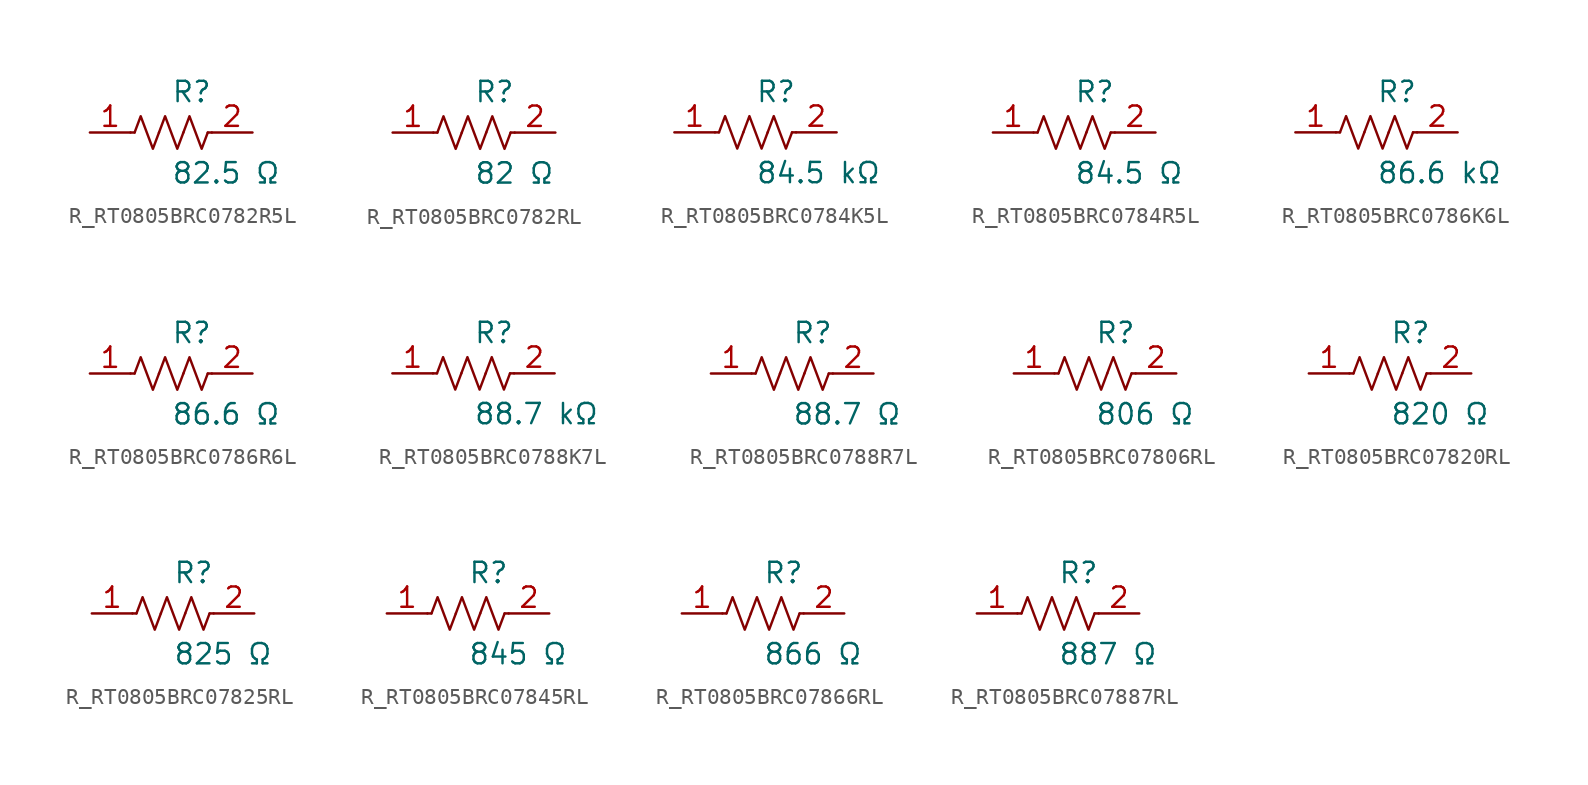
<source format=kicad_sym>
(kicad_symbol_lib
  (version 20231120)
  (generator kicad_symbol_editor)
  (generator_version 8.0)
  (symbol "R_RT0805BRC0782R5L"
    (pin_names
      (offset 0.254))
    (property "Reference" "R"
      (at 0 2.54 0)
      (effects (font (size 1.27 1.27)) (justify left)))
    (property "Value" "82.5 Ω"
      (at 0 -2.54 0)
      (effects (font (size 1.27 1.27)) (justify left)))
    (symbol "R_RT0805BRC0782R5L_0_1"
      (polyline (pts (xy 2.286 0) (xy 2.54 0)) (stroke (width 0) (type default)) (fill (type none)))
      (polyline (pts (xy -2.286 0) (xy -2.54 0)) (stroke (width 0) (type default)) (fill (type none)))
      (polyline (pts (xy 0.762 0) (xy 1.143 1.016) (xy 1.524 0) (xy 1.905 -1.016) (xy 2.286 0)) (stroke (width 0) (type default)) (fill (type none)))
      (polyline (pts (xy -0.762 0) (xy -0.381 1.016) (xy 0 0) (xy 0.381 -1.016) (xy 0.762 0)) (stroke (width 0) (type default)) (fill (type none)))
      (polyline (pts (xy -2.286 0) (xy -1.905 1.016) (xy -1.524 0) (xy -1.143 -1.016) (xy -0.762 0)) (stroke (width 0) (type default)) (fill (type none))))
    (pin unspecified line
      (at -5.08 0 0)
      (length 2.54)
      (name "" (effects (font (size 1.27 1.27))))
      (number "1" (effects (font (size 1.27 1.27)))))
    (pin unspecified line
      (at 5.08 0 180)
      (length 2.54)
      (name "" (effects (font (size 1.27 1.27))))
      (number "2" (effects (font (size 1.27 1.27))))))
  (symbol "R_RT0805BRC0782RL"
    (pin_names
      (offset 0.254))
    (property "Reference" "R"
      (at 0 2.54 0)
      (effects (font (size 1.27 1.27)) (justify left)))
    (property "Value" "82 Ω"
      (at 0 -2.54 0)
      (effects (font (size 1.27 1.27)) (justify left)))
    (symbol "R_RT0805BRC0782RL_0_1"
      (polyline (pts (xy 2.286 0) (xy 2.54 0)) (stroke (width 0) (type default)) (fill (type none)))
      (polyline (pts (xy -2.286 0) (xy -2.54 0)) (stroke (width 0) (type default)) (fill (type none)))
      (polyline (pts (xy 0.762 0) (xy 1.143 1.016) (xy 1.524 0) (xy 1.905 -1.016) (xy 2.286 0)) (stroke (width 0) (type default)) (fill (type none)))
      (polyline (pts (xy -0.762 0) (xy -0.381 1.016) (xy 0 0) (xy 0.381 -1.016) (xy 0.762 0)) (stroke (width 0) (type default)) (fill (type none)))
      (polyline (pts (xy -2.286 0) (xy -1.905 1.016) (xy -1.524 0) (xy -1.143 -1.016) (xy -0.762 0)) (stroke (width 0) (type default)) (fill (type none))))
    (pin unspecified line
      (at -5.08 0 0)
      (length 2.54)
      (name "" (effects (font (size 1.27 1.27))))
      (number "1" (effects (font (size 1.27 1.27)))))
    (pin unspecified line
      (at 5.08 0 180)
      (length 2.54)
      (name "" (effects (font (size 1.27 1.27))))
      (number "2" (effects (font (size 1.27 1.27))))))
  (symbol "R_RT0805BRC0784K5L"
    (pin_names
      (offset 0.254))
    (property "Reference" "R"
      (at 0 2.54 0)
      (effects (font (size 1.27 1.27)) (justify left)))
    (property "Value" "84.5 kΩ"
      (at 0 -2.54 0)
      (effects (font (size 1.27 1.27)) (justify left)))
    (symbol "R_RT0805BRC0784K5L_0_1"
      (polyline (pts (xy 2.286 0) (xy 2.54 0)) (stroke (width 0) (type default)) (fill (type none)))
      (polyline (pts (xy -2.286 0) (xy -2.54 0)) (stroke (width 0) (type default)) (fill (type none)))
      (polyline (pts (xy 0.762 0) (xy 1.143 1.016) (xy 1.524 0) (xy 1.905 -1.016) (xy 2.286 0)) (stroke (width 0) (type default)) (fill (type none)))
      (polyline (pts (xy -0.762 0) (xy -0.381 1.016) (xy 0 0) (xy 0.381 -1.016) (xy 0.762 0)) (stroke (width 0) (type default)) (fill (type none)))
      (polyline (pts (xy -2.286 0) (xy -1.905 1.016) (xy -1.524 0) (xy -1.143 -1.016) (xy -0.762 0)) (stroke (width 0) (type default)) (fill (type none))))
    (pin unspecified line
      (at -5.08 0 0)
      (length 2.54)
      (name "" (effects (font (size 1.27 1.27))))
      (number "1" (effects (font (size 1.27 1.27)))))
    (pin unspecified line
      (at 5.08 0 180)
      (length 2.54)
      (name "" (effects (font (size 1.27 1.27))))
      (number "2" (effects (font (size 1.27 1.27))))))
  (symbol "R_RT0805BRC0784R5L"
    (pin_names
      (offset 0.254))
    (property "Reference" "R"
      (at 0 2.54 0)
      (effects (font (size 1.27 1.27)) (justify left)))
    (property "Value" "84.5 Ω"
      (at 0 -2.54 0)
      (effects (font (size 1.27 1.27)) (justify left)))
    (symbol "R_RT0805BRC0784R5L_0_1"
      (polyline (pts (xy 2.286 0) (xy 2.54 0)) (stroke (width 0) (type default)) (fill (type none)))
      (polyline (pts (xy -2.286 0) (xy -2.54 0)) (stroke (width 0) (type default)) (fill (type none)))
      (polyline (pts (xy 0.762 0) (xy 1.143 1.016) (xy 1.524 0) (xy 1.905 -1.016) (xy 2.286 0)) (stroke (width 0) (type default)) (fill (type none)))
      (polyline (pts (xy -0.762 0) (xy -0.381 1.016) (xy 0 0) (xy 0.381 -1.016) (xy 0.762 0)) (stroke (width 0) (type default)) (fill (type none)))
      (polyline (pts (xy -2.286 0) (xy -1.905 1.016) (xy -1.524 0) (xy -1.143 -1.016) (xy -0.762 0)) (stroke (width 0) (type default)) (fill (type none))))
    (pin unspecified line
      (at -5.08 0 0)
      (length 2.54)
      (name "" (effects (font (size 1.27 1.27))))
      (number "1" (effects (font (size 1.27 1.27)))))
    (pin unspecified line
      (at 5.08 0 180)
      (length 2.54)
      (name "" (effects (font (size 1.27 1.27))))
      (number "2" (effects (font (size 1.27 1.27))))))
  (symbol "R_RT0805BRC0786K6L"
    (pin_names
      (offset 0.254))
    (property "Reference" "R"
      (at 0 2.54 0)
      (effects (font (size 1.27 1.27)) (justify left)))
    (property "Value" "86.6 kΩ"
      (at 0 -2.54 0)
      (effects (font (size 1.27 1.27)) (justify left)))
    (symbol "R_RT0805BRC0786K6L_0_1"
      (polyline (pts (xy 2.286 0) (xy 2.54 0)) (stroke (width 0) (type default)) (fill (type none)))
      (polyline (pts (xy -2.286 0) (xy -2.54 0)) (stroke (width 0) (type default)) (fill (type none)))
      (polyline (pts (xy 0.762 0) (xy 1.143 1.016) (xy 1.524 0) (xy 1.905 -1.016) (xy 2.286 0)) (stroke (width 0) (type default)) (fill (type none)))
      (polyline (pts (xy -0.762 0) (xy -0.381 1.016) (xy 0 0) (xy 0.381 -1.016) (xy 0.762 0)) (stroke (width 0) (type default)) (fill (type none)))
      (polyline (pts (xy -2.286 0) (xy -1.905 1.016) (xy -1.524 0) (xy -1.143 -1.016) (xy -0.762 0)) (stroke (width 0) (type default)) (fill (type none))))
    (pin unspecified line
      (at -5.08 0 0)
      (length 2.54)
      (name "" (effects (font (size 1.27 1.27))))
      (number "1" (effects (font (size 1.27 1.27)))))
    (pin unspecified line
      (at 5.08 0 180)
      (length 2.54)
      (name "" (effects (font (size 1.27 1.27))))
      (number "2" (effects (font (size 1.27 1.27))))))
  (symbol "R_RT0805BRC0786R6L"
    (pin_names
      (offset 0.254))
    (property "Reference" "R"
      (at 0 2.54 0)
      (effects (font (size 1.27 1.27)) (justify left)))
    (property "Value" "86.6 Ω"
      (at 0 -2.54 0)
      (effects (font (size 1.27 1.27)) (justify left)))
    (symbol "R_RT0805BRC0786R6L_0_1"
      (polyline (pts (xy 2.286 0) (xy 2.54 0)) (stroke (width 0) (type default)) (fill (type none)))
      (polyline (pts (xy -2.286 0) (xy -2.54 0)) (stroke (width 0) (type default)) (fill (type none)))
      (polyline (pts (xy 0.762 0) (xy 1.143 1.016) (xy 1.524 0) (xy 1.905 -1.016) (xy 2.286 0)) (stroke (width 0) (type default)) (fill (type none)))
      (polyline (pts (xy -0.762 0) (xy -0.381 1.016) (xy 0 0) (xy 0.381 -1.016) (xy 0.762 0)) (stroke (width 0) (type default)) (fill (type none)))
      (polyline (pts (xy -2.286 0) (xy -1.905 1.016) (xy -1.524 0) (xy -1.143 -1.016) (xy -0.762 0)) (stroke (width 0) (type default)) (fill (type none))))
    (pin unspecified line
      (at -5.08 0 0)
      (length 2.54)
      (name "" (effects (font (size 1.27 1.27))))
      (number "1" (effects (font (size 1.27 1.27)))))
    (pin unspecified line
      (at 5.08 0 180)
      (length 2.54)
      (name "" (effects (font (size 1.27 1.27))))
      (number "2" (effects (font (size 1.27 1.27))))))
  (symbol "R_RT0805BRC0788K7L"
    (pin_names
      (offset 0.254))
    (property "Reference" "R"
      (at 0 2.54 0)
      (effects (font (size 1.27 1.27)) (justify left)))
    (property "Value" "88.7 kΩ"
      (at 0 -2.54 0)
      (effects (font (size 1.27 1.27)) (justify left)))
    (symbol "R_RT0805BRC0788K7L_0_1"
      (polyline (pts (xy 2.286 0) (xy 2.54 0)) (stroke (width 0) (type default)) (fill (type none)))
      (polyline (pts (xy -2.286 0) (xy -2.54 0)) (stroke (width 0) (type default)) (fill (type none)))
      (polyline (pts (xy 0.762 0) (xy 1.143 1.016) (xy 1.524 0) (xy 1.905 -1.016) (xy 2.286 0)) (stroke (width 0) (type default)) (fill (type none)))
      (polyline (pts (xy -0.762 0) (xy -0.381 1.016) (xy 0 0) (xy 0.381 -1.016) (xy 0.762 0)) (stroke (width 0) (type default)) (fill (type none)))
      (polyline (pts (xy -2.286 0) (xy -1.905 1.016) (xy -1.524 0) (xy -1.143 -1.016) (xy -0.762 0)) (stroke (width 0) (type default)) (fill (type none))))
    (pin unspecified line
      (at -5.08 0 0)
      (length 2.54)
      (name "" (effects (font (size 1.27 1.27))))
      (number "1" (effects (font (size 1.27 1.27)))))
    (pin unspecified line
      (at 5.08 0 180)
      (length 2.54)
      (name "" (effects (font (size 1.27 1.27))))
      (number "2" (effects (font (size 1.27 1.27))))))
  (symbol "R_RT0805BRC0788R7L"
    (pin_names
      (offset 0.254))
    (property "Reference" "R"
      (at 0 2.54 0)
      (effects (font (size 1.27 1.27)) (justify left)))
    (property "Value" "88.7 Ω"
      (at 0 -2.54 0)
      (effects (font (size 1.27 1.27)) (justify left)))
    (symbol "R_RT0805BRC0788R7L_0_1"
      (polyline (pts (xy 2.286 0) (xy 2.54 0)) (stroke (width 0) (type default)) (fill (type none)))
      (polyline (pts (xy -2.286 0) (xy -2.54 0)) (stroke (width 0) (type default)) (fill (type none)))
      (polyline (pts (xy 0.762 0) (xy 1.143 1.016) (xy 1.524 0) (xy 1.905 -1.016) (xy 2.286 0)) (stroke (width 0) (type default)) (fill (type none)))
      (polyline (pts (xy -0.762 0) (xy -0.381 1.016) (xy 0 0) (xy 0.381 -1.016) (xy 0.762 0)) (stroke (width 0) (type default)) (fill (type none)))
      (polyline (pts (xy -2.286 0) (xy -1.905 1.016) (xy -1.524 0) (xy -1.143 -1.016) (xy -0.762 0)) (stroke (width 0) (type default)) (fill (type none))))
    (pin unspecified line
      (at -5.08 0 0)
      (length 2.54)
      (name "" (effects (font (size 1.27 1.27))))
      (number "1" (effects (font (size 1.27 1.27)))))
    (pin unspecified line
      (at 5.08 0 180)
      (length 2.54)
      (name "" (effects (font (size 1.27 1.27))))
      (number "2" (effects (font (size 1.27 1.27))))))
  (symbol "R_RT0805BRC07806RL"
    (pin_names
      (offset 0.254))
    (property "Reference" "R"
      (at 0 2.54 0)
      (effects (font (size 1.27 1.27)) (justify left)))
    (property "Value" "806 Ω"
      (at 0 -2.54 0)
      (effects (font (size 1.27 1.27)) (justify left)))
    (symbol "R_RT0805BRC07806RL_0_1"
      (polyline (pts (xy 2.286 0) (xy 2.54 0)) (stroke (width 0) (type default)) (fill (type none)))
      (polyline (pts (xy -2.286 0) (xy -2.54 0)) (stroke (width 0) (type default)) (fill (type none)))
      (polyline (pts (xy 0.762 0) (xy 1.143 1.016) (xy 1.524 0) (xy 1.905 -1.016) (xy 2.286 0)) (stroke (width 0) (type default)) (fill (type none)))
      (polyline (pts (xy -0.762 0) (xy -0.381 1.016) (xy 0 0) (xy 0.381 -1.016) (xy 0.762 0)) (stroke (width 0) (type default)) (fill (type none)))
      (polyline (pts (xy -2.286 0) (xy -1.905 1.016) (xy -1.524 0) (xy -1.143 -1.016) (xy -0.762 0)) (stroke (width 0) (type default)) (fill (type none))))
    (pin unspecified line
      (at -5.08 0 0)
      (length 2.54)
      (name "" (effects (font (size 1.27 1.27))))
      (number "1" (effects (font (size 1.27 1.27)))))
    (pin unspecified line
      (at 5.08 0 180)
      (length 2.54)
      (name "" (effects (font (size 1.27 1.27))))
      (number "2" (effects (font (size 1.27 1.27))))))
  (symbol "R_RT0805BRC07820RL"
    (pin_names
      (offset 0.254))
    (property "Reference" "R"
      (at 0 2.54 0)
      (effects (font (size 1.27 1.27)) (justify left)))
    (property "Value" "820 Ω"
      (at 0 -2.54 0)
      (effects (font (size 1.27 1.27)) (justify left)))
    (symbol "R_RT0805BRC07820RL_0_1"
      (polyline (pts (xy 2.286 0) (xy 2.54 0)) (stroke (width 0) (type default)) (fill (type none)))
      (polyline (pts (xy -2.286 0) (xy -2.54 0)) (stroke (width 0) (type default)) (fill (type none)))
      (polyline (pts (xy 0.762 0) (xy 1.143 1.016) (xy 1.524 0) (xy 1.905 -1.016) (xy 2.286 0)) (stroke (width 0) (type default)) (fill (type none)))
      (polyline (pts (xy -0.762 0) (xy -0.381 1.016) (xy 0 0) (xy 0.381 -1.016) (xy 0.762 0)) (stroke (width 0) (type default)) (fill (type none)))
      (polyline (pts (xy -2.286 0) (xy -1.905 1.016) (xy -1.524 0) (xy -1.143 -1.016) (xy -0.762 0)) (stroke (width 0) (type default)) (fill (type none))))
    (pin unspecified line
      (at -5.08 0 0)
      (length 2.54)
      (name "" (effects (font (size 1.27 1.27))))
      (number "1" (effects (font (size 1.27 1.27)))))
    (pin unspecified line
      (at 5.08 0 180)
      (length 2.54)
      (name "" (effects (font (size 1.27 1.27))))
      (number "2" (effects (font (size 1.27 1.27))))))
  (symbol "R_RT0805BRC07825RL"
    (pin_names
      (offset 0.254))
    (property "Reference" "R"
      (at 0 2.54 0)
      (effects (font (size 1.27 1.27)) (justify left)))
    (property "Value" "825 Ω"
      (at 0 -2.54 0)
      (effects (font (size 1.27 1.27)) (justify left)))
    (symbol "R_RT0805BRC07825RL_0_1"
      (polyline (pts (xy 2.286 0) (xy 2.54 0)) (stroke (width 0) (type default)) (fill (type none)))
      (polyline (pts (xy -2.286 0) (xy -2.54 0)) (stroke (width 0) (type default)) (fill (type none)))
      (polyline (pts (xy 0.762 0) (xy 1.143 1.016) (xy 1.524 0) (xy 1.905 -1.016) (xy 2.286 0)) (stroke (width 0) (type default)) (fill (type none)))
      (polyline (pts (xy -0.762 0) (xy -0.381 1.016) (xy 0 0) (xy 0.381 -1.016) (xy 0.762 0)) (stroke (width 0) (type default)) (fill (type none)))
      (polyline (pts (xy -2.286 0) (xy -1.905 1.016) (xy -1.524 0) (xy -1.143 -1.016) (xy -0.762 0)) (stroke (width 0) (type default)) (fill (type none))))
    (pin unspecified line
      (at -5.08 0 0)
      (length 2.54)
      (name "" (effects (font (size 1.27 1.27))))
      (number "1" (effects (font (size 1.27 1.27)))))
    (pin unspecified line
      (at 5.08 0 180)
      (length 2.54)
      (name "" (effects (font (size 1.27 1.27))))
      (number "2" (effects (font (size 1.27 1.27))))))
  (symbol "R_RT0805BRC07845RL"
    (pin_names
      (offset 0.254))
    (property "Reference" "R"
      (at 0 2.54 0)
      (effects (font (size 1.27 1.27)) (justify left)))
    (property "Value" "845 Ω"
      (at 0 -2.54 0)
      (effects (font (size 1.27 1.27)) (justify left)))
    (symbol "R_RT0805BRC07845RL_0_1"
      (polyline (pts (xy 2.286 0) (xy 2.54 0)) (stroke (width 0) (type default)) (fill (type none)))
      (polyline (pts (xy -2.286 0) (xy -2.54 0)) (stroke (width 0) (type default)) (fill (type none)))
      (polyline (pts (xy 0.762 0) (xy 1.143 1.016) (xy 1.524 0) (xy 1.905 -1.016) (xy 2.286 0)) (stroke (width 0) (type default)) (fill (type none)))
      (polyline (pts (xy -0.762 0) (xy -0.381 1.016) (xy 0 0) (xy 0.381 -1.016) (xy 0.762 0)) (stroke (width 0) (type default)) (fill (type none)))
      (polyline (pts (xy -2.286 0) (xy -1.905 1.016) (xy -1.524 0) (xy -1.143 -1.016) (xy -0.762 0)) (stroke (width 0) (type default)) (fill (type none))))
    (pin unspecified line
      (at -5.08 0 0)
      (length 2.54)
      (name "" (effects (font (size 1.27 1.27))))
      (number "1" (effects (font (size 1.27 1.27)))))
    (pin unspecified line
      (at 5.08 0 180)
      (length 2.54)
      (name "" (effects (font (size 1.27 1.27))))
      (number "2" (effects (font (size 1.27 1.27))))))
  (symbol "R_RT0805BRC07866RL"
    (pin_names
      (offset 0.254))
    (property "Reference" "R"
      (at 0 2.54 0)
      (effects (font (size 1.27 1.27)) (justify left)))
    (property "Value" "866 Ω"
      (at 0 -2.54 0)
      (effects (font (size 1.27 1.27)) (justify left)))
    (symbol "R_RT0805BRC07866RL_0_1"
      (polyline (pts (xy 2.286 0) (xy 2.54 0)) (stroke (width 0) (type default)) (fill (type none)))
      (polyline (pts (xy -2.286 0) (xy -2.54 0)) (stroke (width 0) (type default)) (fill (type none)))
      (polyline (pts (xy 0.762 0) (xy 1.143 1.016) (xy 1.524 0) (xy 1.905 -1.016) (xy 2.286 0)) (stroke (width 0) (type default)) (fill (type none)))
      (polyline (pts (xy -0.762 0) (xy -0.381 1.016) (xy 0 0) (xy 0.381 -1.016) (xy 0.762 0)) (stroke (width 0) (type default)) (fill (type none)))
      (polyline (pts (xy -2.286 0) (xy -1.905 1.016) (xy -1.524 0) (xy -1.143 -1.016) (xy -0.762 0)) (stroke (width 0) (type default)) (fill (type none))))
    (pin unspecified line
      (at -5.08 0 0)
      (length 2.54)
      (name "" (effects (font (size 1.27 1.27))))
      (number "1" (effects (font (size 1.27 1.27)))))
    (pin unspecified line
      (at 5.08 0 180)
      (length 2.54)
      (name "" (effects (font (size 1.27 1.27))))
      (number "2" (effects (font (size 1.27 1.27))))))
  (symbol "R_RT0805BRC07887RL"
    (pin_names
      (offset 0.254))
    (property "Reference" "R"
      (at 0 2.54 0)
      (effects (font (size 1.27 1.27)) (justify left)))
    (property "Value" "887 Ω"
      (at 0 -2.54 0)
      (effects (font (size 1.27 1.27)) (justify left)))
    (symbol "R_RT0805BRC07887RL_0_1"
      (polyline (pts (xy 2.286 0) (xy 2.54 0)) (stroke (width 0) (type default)) (fill (type none)))
      (polyline (pts (xy -2.286 0) (xy -2.54 0)) (stroke (width 0) (type default)) (fill (type none)))
      (polyline (pts (xy 0.762 0) (xy 1.143 1.016) (xy 1.524 0) (xy 1.905 -1.016) (xy 2.286 0)) (stroke (width 0) (type default)) (fill (type none)))
      (polyline (pts (xy -0.762 0) (xy -0.381 1.016) (xy 0 0) (xy 0.381 -1.016) (xy 0.762 0)) (stroke (width 0) (type default)) (fill (type none)))
      (polyline (pts (xy -2.286 0) (xy -1.905 1.016) (xy -1.524 0) (xy -1.143 -1.016) (xy -0.762 0)) (stroke (width 0) (type default)) (fill (type none))))
    (pin unspecified line
      (at -5.08 0 0)
      (length 2.54)
      (name "" (effects (font (size 1.27 1.27))))
      (number "1" (effects (font (size 1.27 1.27)))))
    (pin unspecified line
      (at 5.08 0 180)
      (length 2.54)
      (name "" (effects (font (size 1.27 1.27))))
      (number "2" (effects (font (size 1.27 1.27)))))))
</source>
